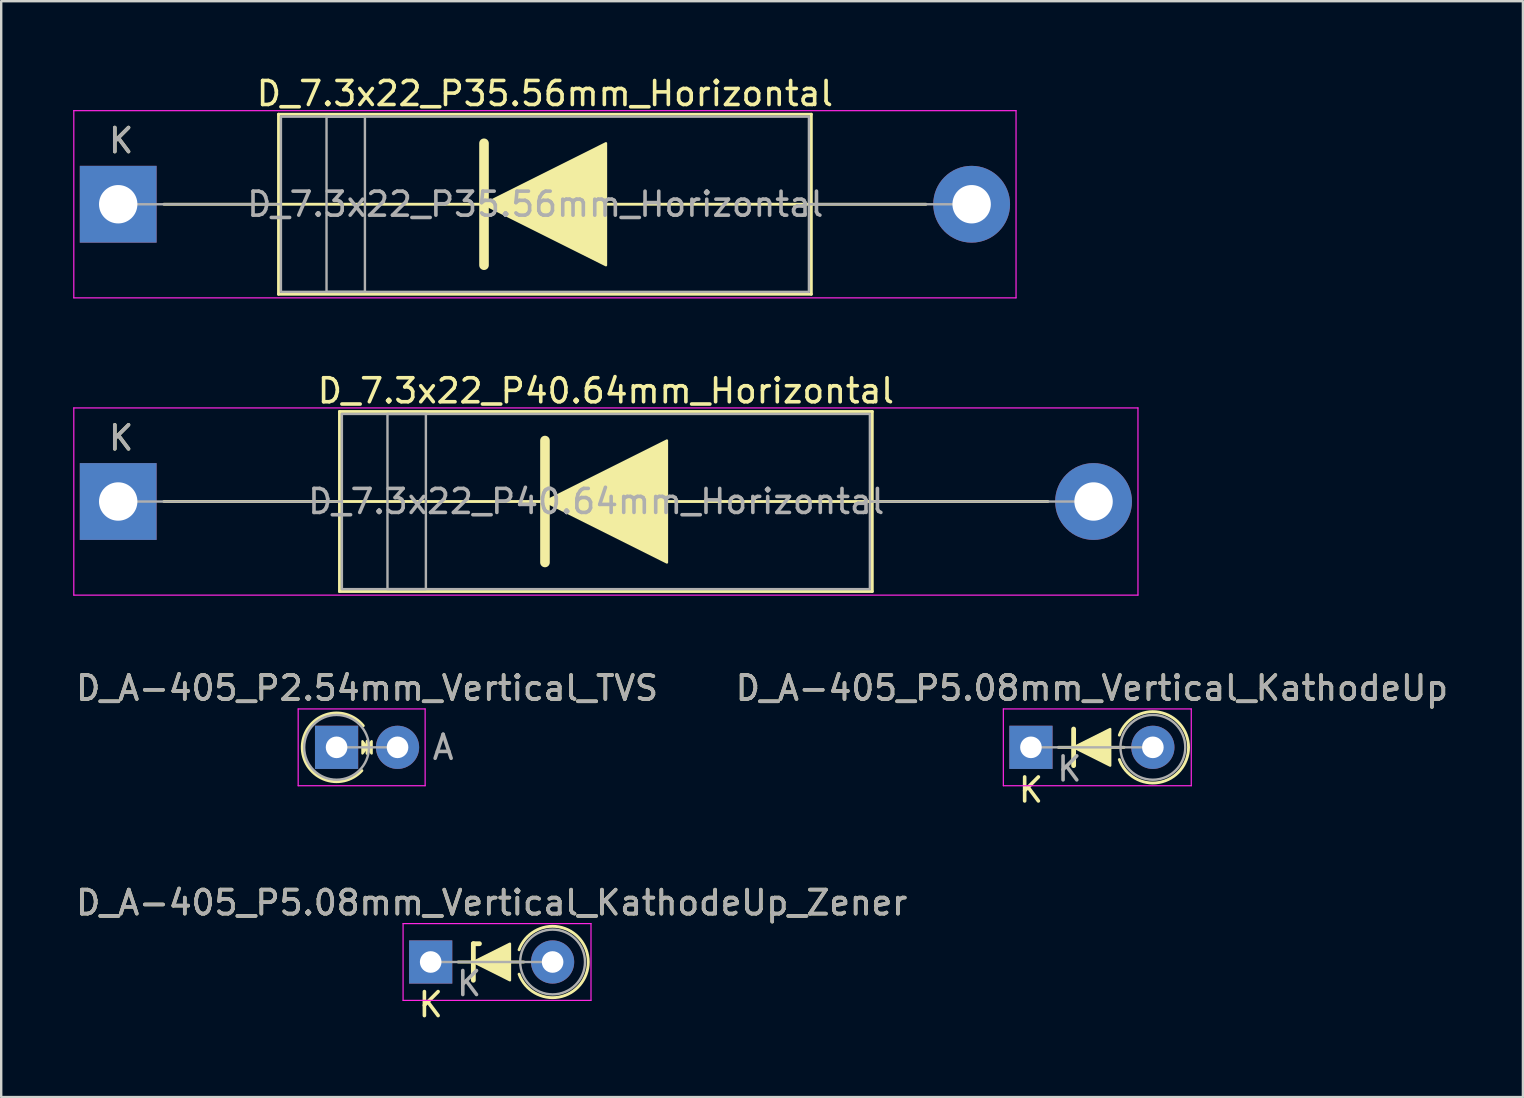
<source format=kicad_pcb>
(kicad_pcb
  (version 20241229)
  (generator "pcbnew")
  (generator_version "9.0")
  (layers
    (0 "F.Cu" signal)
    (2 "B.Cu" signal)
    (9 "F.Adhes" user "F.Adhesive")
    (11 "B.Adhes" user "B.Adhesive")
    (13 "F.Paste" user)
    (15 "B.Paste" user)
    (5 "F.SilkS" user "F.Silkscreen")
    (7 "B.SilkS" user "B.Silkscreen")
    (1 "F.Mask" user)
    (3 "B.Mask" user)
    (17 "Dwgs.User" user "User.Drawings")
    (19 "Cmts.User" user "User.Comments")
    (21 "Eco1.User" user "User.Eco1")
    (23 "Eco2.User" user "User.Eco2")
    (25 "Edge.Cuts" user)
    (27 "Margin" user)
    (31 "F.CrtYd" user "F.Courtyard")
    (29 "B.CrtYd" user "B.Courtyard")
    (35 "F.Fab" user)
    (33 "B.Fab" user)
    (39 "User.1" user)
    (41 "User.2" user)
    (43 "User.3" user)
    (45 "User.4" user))
  (footprint "D_7.3x22_P35.56mm_Horizontal"
    (layer "F.Cu")
    (at 1.875 5.46)
    (property "Reference" "D_7.3x22_P35.56mm_Horizontal" (at 17.78 -4.612 0) (layer "F.SilkS") (effects (font (size 1 1) (thickness 0.15))))
    (attr through_hole)
    (fp_line (start 1.905 0) (end 33.655 0) (stroke (width 0.12) (type solid)) (layer "F.SilkS"))
    (fp_line (start 6.68 -3.75) (end 28.88 -3.75) (stroke (width 0.12) (type default)) (layer "F.SilkS"))
    (fp_line (start 6.68 0) (end 6.68 -3.75) (stroke (width 0.12) (type default)) (layer "F.SilkS"))
    (fp_line (start 6.68 3.75) (end 6.68 0) (stroke (width 0.12) (type default)) (layer "F.SilkS"))
    (fp_line (start 6.68 3.75) (end 28.88 3.75) (stroke (width 0.12) (type default)) (layer "F.SilkS"))
    (fp_line (start 15.242 2.54) (end 15.242 -2.54) (stroke (width 0.4) (type solid)) (layer "F.SilkS"))
    (fp_line (start 28.88 -3.75) (end 28.88 0) (stroke (width 0.12) (type default)) (layer "F.SilkS"))
    (fp_line (start 28.88 0) (end 28.88 3.75) (stroke (width 0.12) (type default)) (layer "F.SilkS"))
    (fp_poly (pts (xy 20.323 2.54) (xy 15.242 0) (xy 20.323 -2.54)) (stroke (width 0.1) (type solid)) (fill yes) (layer "F.SilkS"))
    (fp_line (start -1.85 -3.9) (end -1.85 3.9) (stroke (width 0.05) (type solid)) (layer "F.CrtYd"))
    (fp_line (start -1.85 3.9) (end 37.41 3.9) (stroke (width 0.05) (type solid)) (layer "F.CrtYd"))
    (fp_line (start 37.41 -3.9) (end -1.85 -3.9) (stroke (width 0.05) (type solid)) (layer "F.CrtYd"))
    (fp_line (start 37.41 3.9) (end 37.41 -3.9) (stroke (width 0.05) (type solid)) (layer "F.CrtYd"))
    (fp_line (start 0 0) (end 6.78 0) (stroke (width 0.1) (type solid)) (layer "F.Fab"))
    (fp_line (start 28.78 0) (end 35.56 0) (stroke (width 0.1) (type solid)) (layer "F.Fab"))
    (fp_rect (start 6.78 -3.65) (end 28.78 3.65) (stroke (width 0.1) (type default)) (fill no) (layer "F.Fab"))
    (fp_rect (start 8.68 -3.65) (end 10.28 3.65) (stroke (width 0.1) (type solid)) (fill no) (layer "F.Fab"))
    (fp_text user "K" (at 0.12 -2.65 0) (layer "F.SilkS") (effects (font (size 1 1) (thickness 0.15))))
    (fp_text user "${REFERENCE}" (at 17.38 0 0) (layer "F.Fab") (effects (font (size 1 1) (thickness 0.15))))
    (fp_text user "K" (at 0.12 -2.65 0) (layer "F.Fab") (effects (font (size 1 1) (thickness 0.15))))
    (pad "1" thru_hole rect (at 0 0) (size 3.2 3.2) (drill 1.6) (layers "*.Cu" "*.Mask"))
    (pad "2" thru_hole oval (at 35.56 0) (size 3.2 3.2) (drill 1.6) (layers "*.Cu" "*.Mask")))
  (footprint "D_A-405_P5.08mm_Vertical_KathodeUp"
    (layer "F.Cu")
    (at 39.906 28.089)
    (property "Reference" "D_A-405_P5.08mm_Vertical_KathodeUp" (at 2.54 -2.47 0) (layer "F.SilkS") (effects (font (size 1 1) (thickness 0.15))))
    (attr through_hole)
    (fp_line (start 1.143 0) (end 3.88 0) (stroke (width 0.12) (type solid)) (layer "F.SilkS"))
    (fp_line (start 1.778 -0.762) (end 1.778 0.762) (stroke (width 0.2) (type solid)) (layer "F.SilkS"))
    (fp_arc (start 3.683 -0.507999) (mid 6.566495 0.000001) (end 3.683 0.508) (stroke (width 0.12) (type solid)) (layer "F.SilkS"))
    (fp_poly (pts (xy 3.302 0.762) (xy 1.778 0) (xy 3.302 -0.762)) (stroke (width 0.1) (type solid)) (fill yes) (layer "F.SilkS"))
    (fp_line (start -1.15 -1.6) (end -1.15 1.6) (stroke (width 0.05) (type solid)) (layer "F.CrtYd"))
    (fp_line (start -1.15 1.6) (end 6.68 1.6) (stroke (width 0.05) (type solid)) (layer "F.CrtYd"))
    (fp_line (start 6.68 -1.6) (end -1.15 -1.6) (stroke (width 0.05) (type solid)) (layer "F.CrtYd"))
    (fp_line (start 6.68 1.6) (end 6.68 -1.6) (stroke (width 0.05) (type solid)) (layer "F.CrtYd"))
    (fp_line (start 0 0) (end 5.08 0) (stroke (width 0.1) (type solid)) (layer "F.Fab"))
    (fp_circle (center 5.08 0) (end 6.43 0) (stroke (width 0.1) (type solid)) (fill no) (layer "F.Fab"))
    (fp_text user "K" (at 0 1.778 0) (layer "F.SilkS") (effects (font (size 1 1) (thickness 0.15))))
    (fp_text user "K" (at 1.6 0.9 0) (layer "F.Fab") (effects (font (size 1 1) (thickness 0.15))))
    (fp_text user "${REFERENCE}" (at 2.54 -2.47 0) (layer "F.Fab") (effects (font (size 1 1) (thickness 0.15))))
    (pad "1" thru_hole rect (at 0 0) (size 1.8 1.8) (drill 0.9) (layers "*.Cu" "*.Mask"))
    (pad "2" thru_hole oval (at 5.08 0) (size 1.8 1.8) (drill 0.9) (layers "*.Cu" "*.Mask")))
  (footprint "D_7.3x22_P40.64mm_Horizontal"
    (layer "F.Cu")
    (at 1.875 17.846)
    (property "Reference" "D_7.3x22_P40.64mm_Horizontal" (at 20.32 -4.612 0) (layer "F.SilkS") (effects (font (size 1 1) (thickness 0.15))))
    (attr through_hole)
    (fp_line (start 1.905 0) (end 38.735 0) (stroke (width 0.12) (type solid)) (layer "F.SilkS"))
    (fp_line (start 9.22 -3.75) (end 31.42 -3.75) (stroke (width 0.12) (type default)) (layer "F.SilkS"))
    (fp_line (start 9.22 0) (end 9.22 -3.75) (stroke (width 0.12) (type default)) (layer "F.SilkS"))
    (fp_line (start 9.22 3.75) (end 9.22 0) (stroke (width 0.12) (type default)) (layer "F.SilkS"))
    (fp_line (start 9.22 3.75) (end 31.42 3.75) (stroke (width 0.12) (type default)) (layer "F.SilkS"))
    (fp_line (start 17.782 2.54) (end 17.782 -2.54) (stroke (width 0.4) (type solid)) (layer "F.SilkS"))
    (fp_line (start 31.42 -3.75) (end 31.42 0) (stroke (width 0.12) (type default)) (layer "F.SilkS"))
    (fp_line (start 31.42 0) (end 31.42 3.75) (stroke (width 0.12) (type default)) (layer "F.SilkS"))
    (fp_poly (pts (xy 22.863 2.54) (xy 17.782 0) (xy 22.863 -2.54)) (stroke (width 0.1) (type solid)) (fill yes) (layer "F.SilkS"))
    (fp_line (start -1.85 -3.9) (end -1.85 3.9) (stroke (width 0.05) (type solid)) (layer "F.CrtYd"))
    (fp_line (start -1.85 3.9) (end 42.49 3.9) (stroke (width 0.05) (type solid)) (layer "F.CrtYd"))
    (fp_line (start 42.49 -3.9) (end -1.85 -3.9) (stroke (width 0.05) (type solid)) (layer "F.CrtYd"))
    (fp_line (start 42.49 3.9) (end 42.49 -3.9) (stroke (width 0.05) (type solid)) (layer "F.CrtYd"))
    (fp_line (start 0 0) (end 9.32 0) (stroke (width 0.1) (type solid)) (layer "F.Fab"))
    (fp_line (start 31.32 0) (end 40.64 0) (stroke (width 0.1) (type solid)) (layer "F.Fab"))
    (fp_rect (start 9.32 -3.65) (end 31.32 3.65) (stroke (width 0.1) (type default)) (fill no) (layer "F.Fab"))
    (fp_rect (start 11.22 -3.65) (end 12.82 3.65) (stroke (width 0.1) (type solid)) (fill no) (layer "F.Fab"))
    (fp_text user "K" (at 0.12 -2.65 0) (layer "F.SilkS") (effects (font (size 1 1) (thickness 0.15))))
    (fp_text user "K" (at 0.12 -2.65 0) (layer "F.Fab") (effects (font (size 1 1) (thickness 0.15))))
    (fp_text user "${REFERENCE}" (at 19.92 0 0) (layer "F.Fab") (effects (font (size 1 1) (thickness 0.15))))
    (pad "1" thru_hole rect (at 0 0) (size 3.2 3.2) (drill 1.6) (layers "*.Cu" "*.Mask"))
    (pad "2" thru_hole oval (at 40.64 0) (size 3.2 3.2) (drill 1.6) (layers "*.Cu" "*.Mask")))
  (footprint "D_A-405_P2.54mm_Vertical_TVS"
    (layer "F.Cu")
    (at 10.974 28.089)
    (property "Reference" "D_A-405_P2.54mm_Vertical_TVS" (at 1.27 -2.47 0) (layer "F.SilkS") (effects (font (size 1 1) (thickness 0.15))))
    (attr through_hole)
    (fp_line (start 1.27 -0.254) (end 1.27 0.254) (stroke (width 0.12) (type solid)) (layer "F.SilkS"))
    (fp_arc (start 1.05385 0.968866) (mid -1.430816 -0.045469) (end 1.113239 -0.9) (stroke (width 0.12) (type solid)) (layer "F.SilkS"))
    (fp_poly (pts (xy 1.079 -0.254) (xy 1.27 0) (xy 1.079 0.254)) (stroke (width 0.1) (type solid)) (fill yes) (layer "F.SilkS"))
    (fp_poly (pts (xy 1.46 0.254) (xy 1.27 0) (xy 1.46 -0.254)) (stroke (width 0.1) (type solid)) (fill yes) (layer "F.SilkS"))
    (fp_line (start -1.6 -1.6) (end -1.6 1.6) (stroke (width 0.05) (type solid)) (layer "F.CrtYd"))
    (fp_line (start -1.6 1.6) (end 3.69 1.6) (stroke (width 0.05) (type solid)) (layer "F.CrtYd"))
    (fp_line (start 3.69 -1.6) (end -1.6 -1.6) (stroke (width 0.05) (type solid)) (layer "F.CrtYd"))
    (fp_line (start 3.69 1.6) (end 3.69 -1.6) (stroke (width 0.05) (type solid)) (layer "F.CrtYd"))
    (fp_line (start 0 0) (end 2.54 0) (stroke (width 0.1) (type solid)) (layer "F.Fab"))
    (fp_circle (center 0 0) (end 1.35 0) (stroke (width 0.1) (type solid)) (fill no) (layer "F.Fab"))
    (fp_text user "${REFERENCE}" (at 1.27 -2.47 0) (layer "F.Fab") (effects (font (size 1 1) (thickness 0.15))))
    (fp_text user "A" (at 4.44 0 0) (layer "F.Fab") (effects (font (size 1 1) (thickness 0.15))))
    (pad "1" thru_hole rect (at 0 0) (size 1.8 1.8) (drill 0.9) (layers "*.Cu" "*.Mask"))
    (pad "2" thru_hole oval (at 2.54 0) (size 1.8 1.8) (drill 0.9) (layers "*.Cu" "*.Mask")))
  (footprint "D_A-405_P5.08mm_Vertical_KathodeUp_Zener"
    (layer "F.Cu")
    (at 14.895 37.033)
    (property "Reference" "D_A-405_P5.08mm_Vertical_KathodeUp_Zener" (at 2.54 -2.47 0) (layer "F.SilkS") (effects (font (size 1 1) (thickness 0.15))))
    (attr through_hole)
    (fp_line (start 1.143 0) (end 3.88 0) (stroke (width 0.12) (type solid)) (layer "F.SilkS"))
    (fp_line (start 1.778 -0.762) (end 1.778 0.762) (stroke (width 0.2) (type solid)) (layer "F.SilkS"))
    (fp_line (start 1.778 -0.762) (end 2.032 -0.762) (stroke (width 0.2) (type solid)) (layer "F.SilkS"))
    (fp_arc (start 3.683 -0.507999) (mid 6.566495 0.000001) (end 3.683 0.508) (stroke (width 0.12) (type solid)) (layer "F.SilkS"))
    (fp_poly (pts (xy 3.302 0.762) (xy 1.778 0) (xy 3.302 -0.762)) (stroke (width 0.1) (type solid)) (fill yes) (layer "F.SilkS"))
    (fp_line (start -1.15 -1.6) (end -1.15 1.6) (stroke (width 0.05) (type solid)) (layer "F.CrtYd"))
    (fp_line (start -1.15 1.6) (end 6.68 1.6) (stroke (width 0.05) (type solid)) (layer "F.CrtYd"))
    (fp_line (start 6.68 -1.6) (end -1.15 -1.6) (stroke (width 0.05) (type solid)) (layer "F.CrtYd"))
    (fp_line (start 6.68 1.6) (end 6.68 -1.6) (stroke (width 0.05) (type solid)) (layer "F.CrtYd"))
    (fp_line (start 0 0) (end 5.08 0) (stroke (width 0.1) (type solid)) (layer "F.Fab"))
    (fp_circle (center 5.08 0) (end 6.43 0) (stroke (width 0.1) (type solid)) (fill no) (layer "F.Fab"))
    (fp_text user "K" (at 0 1.778 0) (layer "F.SilkS") (effects (font (size 1 1) (thickness 0.15))))
    (fp_text user "${REFERENCE}" (at 2.54 -2.47 0) (layer "F.Fab") (effects (font (size 1 1) (thickness 0.15))))
    (fp_text user "K" (at 1.6 0.9 0) (layer "F.Fab") (effects (font (size 1 1) (thickness 0.15))))
    (pad "1" thru_hole rect (at 0 0) (size 1.8 1.8) (drill 0.9) (layers "*.Cu" "*.Mask"))
    (pad "2" thru_hole oval (at 5.08 0) (size 1.8 1.8) (drill 0.9) (layers "*.Cu" "*.Mask")))
  (gr_rect
    (start -3 -3)
    (end 60.405 42.66)
    (stroke (width 0.1) (type default))
    (fill no)
    (layer "Edge.Cuts")))
</source>
